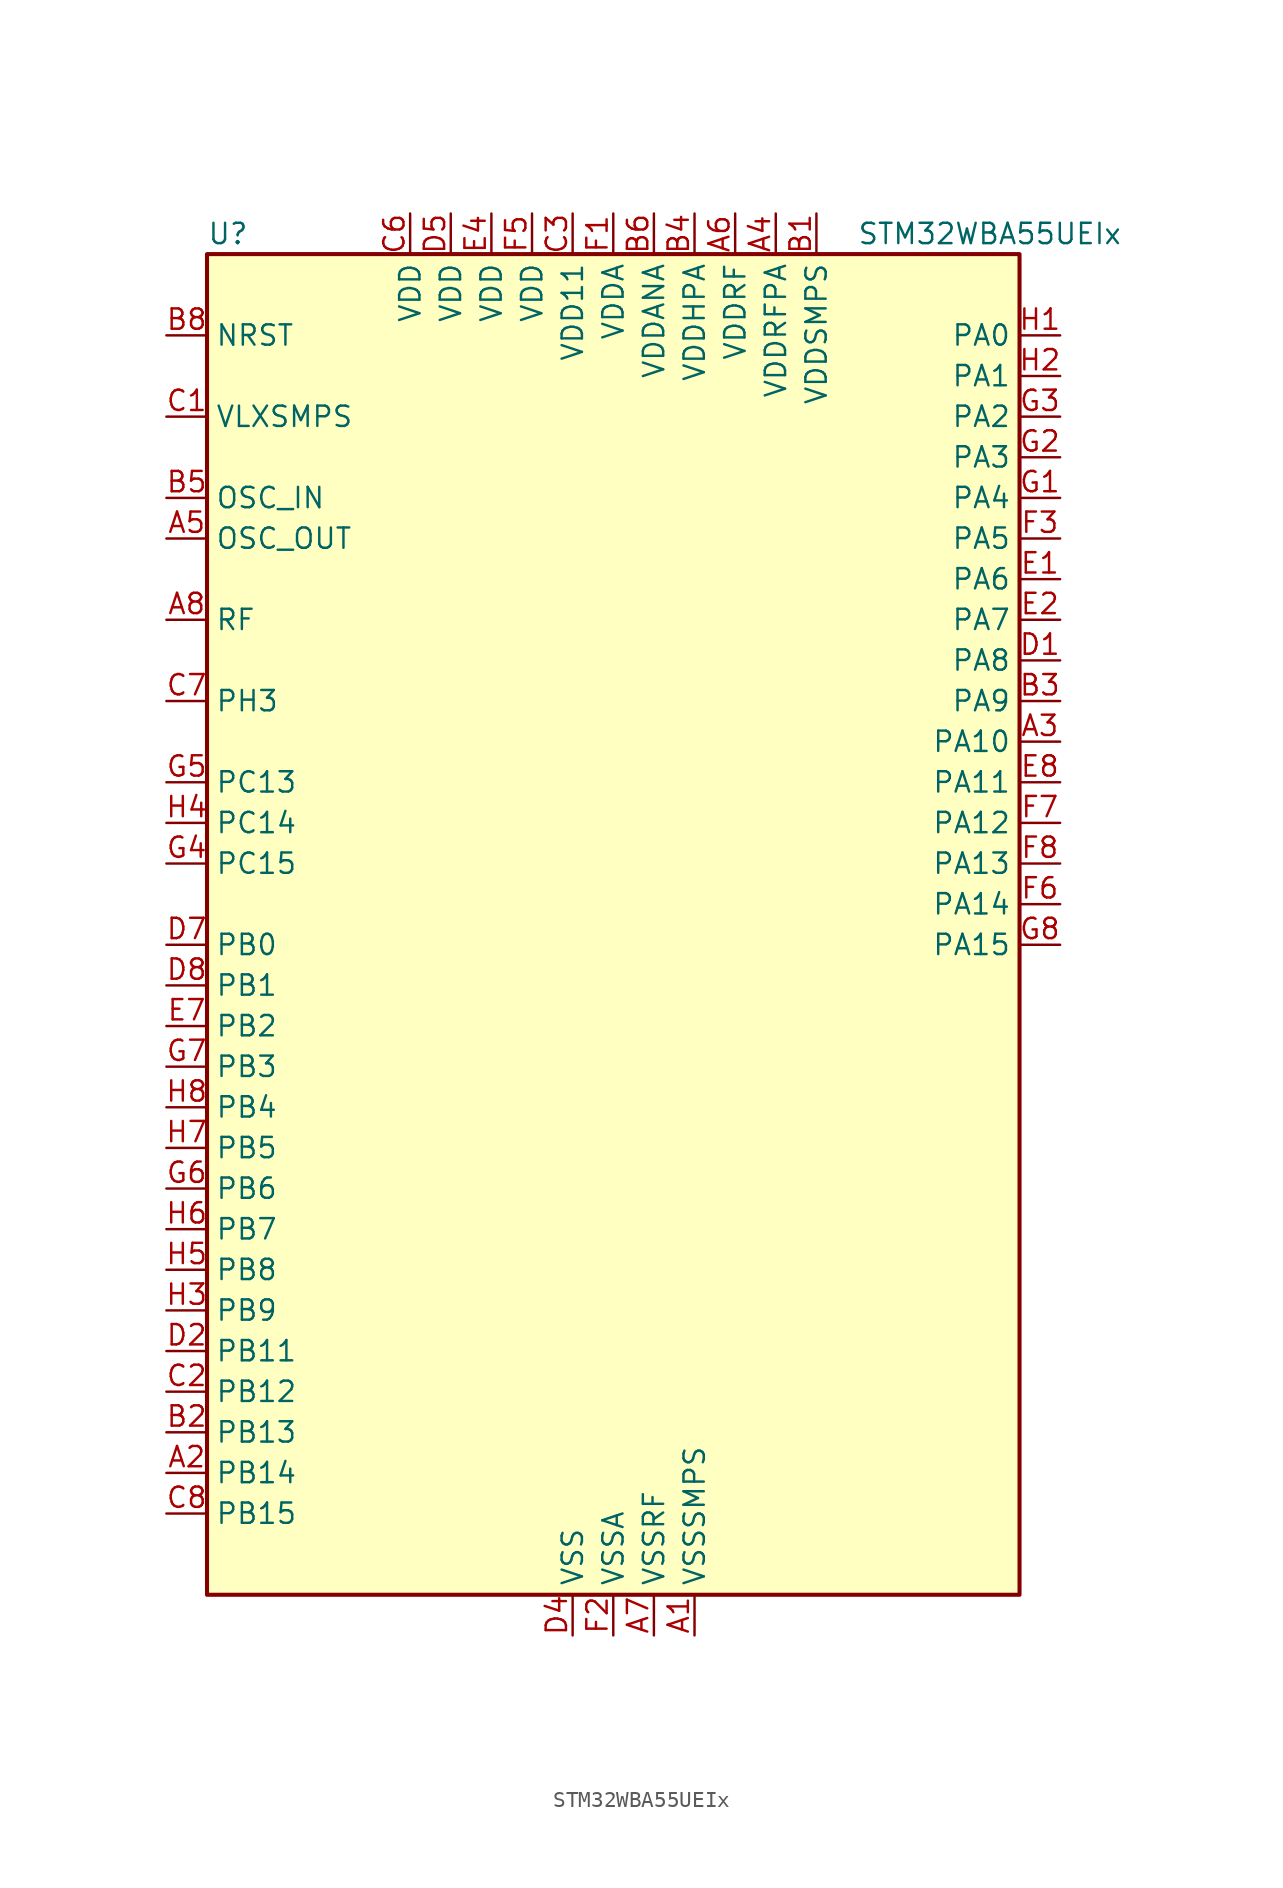
<source format=kicad_sym>
(kicad_symbol_lib
  (version 20231120)
  (generator "kicad-library-utils")
  (generator_version "8.0")
  (symbol "STM32WBA55UEIx"
    (property "Reference" "U"
      (at -25.4 44.45 0)
      (effects (font (size 1.27 1.27)) (justify left)))
    (property "Value" "STM32WBA55UEIx"
      (at 15.24 44.45 0)
      (effects (font (size 1.27 1.27)) (justify left)))
    (symbol "STM32WBA55UEIx_0_1"
      (rectangle (start -25.4 -40.64) (end 25.4 43.18) (stroke (width 0.254) (type default)) (fill (type background))))
    (symbol "STM32WBA55UEIx_1_1"
      (pin power_in line (at 5.08 -43.18 90) (length 2.54) (name "VSSSMPS" (effects (font (size 1.27 1.27)))) (number "A1" (effects (font (size 1.27 1.27)))))
      (pin bidirectional line (at -27.94 -33.02 0) (length 2.54) (name "PB14" (effects (font (size 1.27 1.27)))) (number "A2" (effects (font (size 1.27 1.27)))) (alternate "PWR_WKUP7" bidirectional line) (alternate "RTC_REFIN" bidirectional line) (alternate "SAI1_SD_A" bidirectional line) (alternate "TIM3_CH3" bidirectional line) (alternate "TSC_G6_IO1" bidirectional line) (alternate "USART1_TX" bidirectional line))
      (pin bidirectional line (at 27.94 12.7 180) (length 2.54) (name "PA10" (effects (font (size 1.27 1.27)))) (number "A3" (effects (font (size 1.27 1.27)))) (alternate "LPUART1_RX" bidirectional line) (alternate "SAI1_D1" bidirectional line) (alternate "TIM3_CH1" bidirectional line))
      (pin power_in line (at 10.16 45.72 270) (length 2.54) (name "VDDRFPA" (effects (font (size 1.27 1.27)))) (number "A4" (effects (font (size 1.27 1.27)))))
      (pin input line (at -27.94 25.4 0) (length 2.54) (name "OSC_OUT" (effects (font (size 1.27 1.27)))) (number "A5" (effects (font (size 1.27 1.27)))) (alternate "RCC_OSC_OUT" bidirectional line))
      (pin power_in line (at 7.62 45.72 270) (length 2.54) (name "VDDRF" (effects (font (size 1.27 1.27)))) (number "A6" (effects (font (size 1.27 1.27)))))
      (pin power_in line (at 2.54 -43.18 90) (length 2.54) (name "VSSRF" (effects (font (size 1.27 1.27)))) (number "A7" (effects (font (size 1.27 1.27)))))
      (pin bidirectional line (at -27.94 20.32 0) (length 2.54) (name "RF" (effects (font (size 1.27 1.27)))) (number "A8" (effects (font (size 1.27 1.27)))))
      (pin power_in line (at 12.7 45.72 270) (length 2.54) (name "VDDSMPS" (effects (font (size 1.27 1.27)))) (number "B1" (effects (font (size 1.27 1.27)))))
      (pin bidirectional line (at -27.94 -30.48 0) (length 2.54) (name "PB13" (effects (font (size 1.27 1.27)))) (number "B2" (effects (font (size 1.27 1.27)))) (alternate "TIM3_CH4" bidirectional line) (alternate "TSC_G6_IO2" bidirectional line))
      (pin bidirectional line (at 27.94 15.24 180) (length 2.54) (name "PA9" (effects (font (size 1.27 1.27)))) (number "B3" (effects (font (size 1.27 1.27)))) (alternate "LPUART1_DE" bidirectional line) (alternate "LPUART1_RTS" bidirectional line) (alternate "SAI1_CK1" bidirectional line) (alternate "TIM3_CH2" bidirectional line))
      (pin power_in line (at 5.08 45.72 270) (length 2.54) (name "VDDHPA" (effects (font (size 1.27 1.27)))) (number "B4" (effects (font (size 1.27 1.27)))))
      (pin input line (at -27.94 27.94 0) (length 2.54) (name "OSC_IN" (effects (font (size 1.27 1.27)))) (number "B5" (effects (font (size 1.27 1.27)))) (alternate "RCC_OSC_IN" bidirectional line))
      (pin power_in line (at 2.54 45.72 270) (length 2.54) (name "VDDANA" (effects (font (size 1.27 1.27)))) (number "B6" (effects (font (size 1.27 1.27)))))
      (pin passive line (at 2.54 -43.18 90) (length 2.54) hide (name "VSSRF" (effects (font (size 1.27 1.27)))) (number "B7" (effects (font (size 1.27 1.27)))))
      (pin input line (at -27.94 38.1 0) (length 2.54) (name "NRST" (effects (font (size 1.27 1.27)))) (number "B8" (effects (font (size 1.27 1.27)))))
      (pin power_in line (at -27.94 33.02 0) (length 2.54) (name "VLXSMPS" (effects (font (size 1.27 1.27)))) (number "C1" (effects (font (size 1.27 1.27)))))
      (pin bidirectional line (at -27.94 -27.94 0) (length 2.54) (name "PB12" (effects (font (size 1.27 1.27)))) (number "C2" (effects (font (size 1.27 1.27)))) (alternate "SAI1_SD_A" bidirectional line) (alternate "SPI1_RDY" bidirectional line) (alternate "TIM2_CH1" bidirectional line) (alternate "TIM2_ETR" bidirectional line) (alternate "TIM3_ETR" bidirectional line) (alternate "TSC_SYNC" bidirectional line) (alternate "USART1_TX" bidirectional line))
      (pin power_in line (at -2.54 45.72 270) (length 2.54) (name "VDD11" (effects (font (size 1.27 1.27)))) (number "C3" (effects (font (size 1.27 1.27)))))
      (pin power_in line (at -12.7 45.72 270) (length 2.54) (name "VDD" (effects (font (size 1.27 1.27)))) (number "C6" (effects (font (size 1.27 1.27)))))
      (pin bidirectional line (at -27.94 15.24 0) (length 2.54) (name "PH3" (effects (font (size 1.27 1.27)))) (number "C7" (effects (font (size 1.27 1.27)))) (alternate "PTA_GRANT" bidirectional line) (alternate "RF_EXTPABYP" bidirectional line) (alternate "TAMP_IN2" bidirectional line) (alternate "TAMP_OUT1" bidirectional line))
      (pin bidirectional line (at -27.94 -35.56 0) (length 2.54) (name "PB15" (effects (font (size 1.27 1.27)))) (number "C8" (effects (font (size 1.27 1.27)))) (alternate "ADC4_EXTI15" bidirectional line) (alternate "I2C1_SMBA" bidirectional line) (alternate "I2C3_SMBA" bidirectional line) (alternate "LPUART1_CTS" bidirectional line) (alternate "PTA_GRANT" bidirectional line) (alternate "RF_EXTPABYP" bidirectional line) (alternate "TIM16_BKIN" bidirectional line) (alternate "TIM1_BKIN2" bidirectional line) (alternate "USART2_CTS" bidirectional line))
      (pin bidirectional line (at 27.94 17.78 180) (length 2.54) (name "PA8" (effects (font (size 1.27 1.27)))) (number "D1" (effects (font (size 1.27 1.27)))) (alternate "ADC4_IN1" bidirectional line) (alternate "LPTIM1_CH2" bidirectional line) (alternate "RCC_MCO" bidirectional line) (alternate "SAI1_FS_A" bidirectional line) (alternate "SPI3_RDY" bidirectional line) (alternate "TIM2_CH2" bidirectional line) (alternate "TSC_G1_IO1" bidirectional line) (alternate "USART1_RX" bidirectional line))
      (pin bidirectional line (at -27.94 -25.4 0) (length 2.54) (name "PB11" (effects (font (size 1.27 1.27)))) (number "D2" (effects (font (size 1.27 1.27)))) (alternate "LPTIM1_CH1" bidirectional line) (alternate "LPTIM1_ETR" bidirectional line) (alternate "LPUART1_TX" bidirectional line))
      (pin power_in line (at -2.54 -43.18 90) (length 2.54) (name "VSS" (effects (font (size 1.27 1.27)))) (number "D4" (effects (font (size 1.27 1.27)))))
      (pin power_in line (at -10.16 45.72 270) (length 2.54) (name "VDD" (effects (font (size 1.27 1.27)))) (number "D5" (effects (font (size 1.27 1.27)))))
      (pin passive line (at -2.54 -43.18 90) (length 2.54) hide (name "VSS" (effects (font (size 1.27 1.27)))) (number "D6" (effects (font (size 1.27 1.27)))))
      (pin bidirectional line (at -27.94 0 0) (length 2.54) (name "PB0" (effects (font (size 1.27 1.27)))) (number "D7" (effects (font (size 1.27 1.27)))) (alternate "LPTIM2_IN2" bidirectional line) (alternate "TIM1_CH3N" bidirectional line) (alternate "USART2_TX" bidirectional line))
      (pin bidirectional line (at -27.94 -2.54 0) (length 2.54) (name "PB1" (effects (font (size 1.27 1.27)))) (number "D8" (effects (font (size 1.27 1.27)))) (alternate "I2C1_SDA" bidirectional line) (alternate "I2C3_SDA" bidirectional line) (alternate "PWR_WKUP4" bidirectional line) (alternate "TIM1_CH2N" bidirectional line) (alternate "USART2_DE" bidirectional line) (alternate "USART2_RTS" bidirectional line))
      (pin bidirectional line (at 27.94 22.86 180) (length 2.54) (name "PA6" (effects (font (size 1.27 1.27)))) (number "E1" (effects (font (size 1.27 1.27)))) (alternate "ADC4_IN3" bidirectional line) (alternate "I2C3_SCL" bidirectional line) (alternate "PWR_CSTOP" bidirectional line) (alternate "PWR_WKUP7" bidirectional line) (alternate "SAI1_CK2" bidirectional line) (alternate "SAI1_MCLK_A" bidirectional line) (alternate "SPI3_RDY" bidirectional line) (alternate "TIM2_CH4" bidirectional line) (alternate "TSC_G1_IO3" bidirectional line) (alternate "USART1_DE" bidirectional line) (alternate "USART1_RTS" bidirectional line))
      (pin bidirectional line (at 27.94 20.32 180) (length 2.54) (name "PA7" (effects (font (size 1.27 1.27)))) (number "E2" (effects (font (size 1.27 1.27)))) (alternate "ADC4_IN2" bidirectional line) (alternate "COMP1_OUT" bidirectional line) (alternate "I2C3_SDA" bidirectional line) (alternate "PWR_WKUP8" bidirectional line) (alternate "SAI1_SCK_A" bidirectional line) (alternate "TAMP_IN1" bidirectional line) (alternate "TAMP_OUT2" bidirectional line) (alternate "TIM2_CH3" bidirectional line) (alternate "TSC_G1_IO2" bidirectional line) (alternate "USART1_CTS" bidirectional line))
      (pin passive line (at -2.54 -43.18 90) (length 2.54) hide (name "VSS" (effects (font (size 1.27 1.27)))) (number "E3" (effects (font (size 1.27 1.27)))))
      (pin power_in line (at -7.62 45.72 270) (length 2.54) (name "VDD" (effects (font (size 1.27 1.27)))) (number "E4" (effects (font (size 1.27 1.27)))))
      (pin passive line (at -2.54 -43.18 90) (length 2.54) hide (name "VSS" (effects (font (size 1.27 1.27)))) (number "E5" (effects (font (size 1.27 1.27)))))
      (pin bidirectional line (at -27.94 -5.08 0) (length 2.54) (name "PB2" (effects (font (size 1.27 1.27)))) (number "E7" (effects (font (size 1.27 1.27)))) (alternate "I2C1_SCL" bidirectional line) (alternate "I2C3_SCL" bidirectional line) (alternate "PWR_WKUP1" bidirectional line) (alternate "RF_ANTSW2" bidirectional line) (alternate "RTC_OUT2" bidirectional line) (alternate "TIM1_CH1N" bidirectional line) (alternate "USART2_CTS" bidirectional line))
      (pin bidirectional line (at 27.94 10.16 180) (length 2.54) (name "PA11" (effects (font (size 1.27 1.27)))) (number "E8" (effects (font (size 1.27 1.27)))) (alternate "LPTIM2_CH1" bidirectional line) (alternate "RF_ANTSW1" bidirectional line) (alternate "TIM1_CH1" bidirectional line) (alternate "USART2_RX" bidirectional line))
      (pin power_in line (at 0 45.72 270) (length 2.54) (name "VDDA" (effects (font (size 1.27 1.27)))) (number "F1" (effects (font (size 1.27 1.27)))))
      (pin power_in line (at 0 -43.18 90) (length 2.54) (name "VSSA" (effects (font (size 1.27 1.27)))) (number "F2" (effects (font (size 1.27 1.27)))))
      (pin bidirectional line (at 27.94 25.4 180) (length 2.54) (name "PA5" (effects (font (size 1.27 1.27)))) (number "F3" (effects (font (size 1.27 1.27)))) (alternate "ADC4_IN4" bidirectional line) (alternate "AUDIOCLK" bidirectional line) (alternate "LPTIM2_ETR" bidirectional line) (alternate "PWR_CSLEEP" bidirectional line) (alternate "PWR_WKUP6" bidirectional line) (alternate "SAI1_D2" bidirectional line) (alternate "SPI3_NSS" bidirectional line) (alternate "TIM2_CH1" bidirectional line) (alternate "TIM2_ETR" bidirectional line) (alternate "TSC_G1_IO4" bidirectional line) (alternate "USART1_CK" bidirectional line))
      (pin power_in line (at -5.08 45.72 270) (length 2.54) (name "VDD" (effects (font (size 1.27 1.27)))) (number "F5" (effects (font (size 1.27 1.27)))))
      (pin bidirectional line (at 27.94 2.54 180) (length 2.54) (name "PA14" (effects (font (size 1.27 1.27)))) (number "F6" (effects (font (size 1.27 1.27)))) (alternate "COMP2_OUT" bidirectional line) (alternate "DEBUG_JTCK-SWCLK" bidirectional line) (alternate "PTA_STATUS" bidirectional line) (alternate "TAMP_IN3" bidirectional line) (alternate "TAMP_OUT6" bidirectional line) (alternate "USART2_TX" bidirectional line))
      (pin bidirectional line (at 27.94 7.62 180) (length 2.54) (name "PA12" (effects (font (size 1.27 1.27)))) (number "F7" (effects (font (size 1.27 1.27)))) (alternate "COMP2_OUT" bidirectional line) (alternate "PTA_STATUS" bidirectional line) (alternate "PWR_WKUP6" bidirectional line) (alternate "RF_ANTSW0" bidirectional line) (alternate "SPI1_NSS" bidirectional line) (alternate "TIM1_CH2" bidirectional line) (alternate "TSC_G3_IO4" bidirectional line) (alternate "USART2_TX" bidirectional line))
      (pin bidirectional line (at 27.94 5.08 180) (length 2.54) (name "PA13" (effects (font (size 1.27 1.27)))) (number "F8" (effects (font (size 1.27 1.27)))) (alternate "DEBUG_JTMS-SWDIO" bidirectional line) (alternate "IR_OUT" bidirectional line) (alternate "PTA_PRIORITY" bidirectional line))
      (pin bidirectional line (at 27.94 27.94 180) (length 2.54) (name "PA4" (effects (font (size 1.27 1.27)))) (number "G1" (effects (font (size 1.27 1.27)))) (alternate "ADC4_IN5" bidirectional line) (alternate "AUDIOCLK" bidirectional line) (alternate "PWR_WKUP2" bidirectional line) (alternate "TAMP_IN6" bidirectional line) (alternate "TAMP_OUT3" bidirectional line) (alternate "TIM16_CH1" bidirectional line) (alternate "TSC_G4_IO1" bidirectional line) (alternate "USART1_CTS" bidirectional line))
      (pin bidirectional line (at 27.94 30.48 180) (length 2.54) (name "PA3" (effects (font (size 1.27 1.27)))) (number "G2" (effects (font (size 1.27 1.27)))) (alternate "ADC4_IN6" bidirectional line) (alternate "PWR_WKUP5" bidirectional line) (alternate "TIM16_CH1N" bidirectional line) (alternate "TSC_G4_IO2" bidirectional line) (alternate "USART1_DE" bidirectional line) (alternate "USART1_RTS" bidirectional line))
      (pin bidirectional line (at 27.94 33.02 180) (length 2.54) (name "PA2" (effects (font (size 1.27 1.27)))) (number "G3" (effects (font (size 1.27 1.27)))) (alternate "ADC4_IN7" bidirectional line) (alternate "COMP1_INP" bidirectional line) (alternate "LPUART1_TX" bidirectional line) (alternate "PWR_WKUP4" bidirectional line) (alternate "RCC_LSCO" bidirectional line) (alternate "SAI1_D1" bidirectional line) (alternate "TIM16_CH1" bidirectional line) (alternate "TIM1_BKIN" bidirectional line) (alternate "TIM3_CH1" bidirectional line) (alternate "TSC_G4_IO4" bidirectional line) (alternate "USART1_DE" bidirectional line) (alternate "USART1_RTS" bidirectional line))
      (pin bidirectional line (at -27.94 5.08 0) (length 2.54) (name "PC15" (effects (font (size 1.27 1.27)))) (number "G4" (effects (font (size 1.27 1.27)))) (alternate "ADC4_EXTI15" bidirectional line) (alternate "RCC_OSC32_OUT" bidirectional line))
      (pin bidirectional line (at -27.94 10.16 0) (length 2.54) (name "PC13" (effects (font (size 1.27 1.27)))) (number "G5" (effects (font (size 1.27 1.27)))) (alternate "PWR_WKUP2" bidirectional line) (alternate "RTC_OUT1" bidirectional line) (alternate "RTC_TS" bidirectional line) (alternate "TAMP_IN4" bidirectional line) (alternate "TAMP_OUT5" bidirectional line) (alternate "TIM1_BKIN2" bidirectional line) (alternate "TSC_G5_IO1" bidirectional line))
      (pin bidirectional line (at -27.94 -15.24 0) (length 2.54) (name "PB6" (effects (font (size 1.27 1.27)))) (number "G6" (effects (font (size 1.27 1.27)))) (alternate "PWR_WKUP3" bidirectional line) (alternate "SAI1_SCK_B" bidirectional line) (alternate "TIM2_CH1" bidirectional line) (alternate "TIM2_ETR" bidirectional line) (alternate "TSC_G5_IO3" bidirectional line))
      (pin bidirectional line (at -27.94 -7.62 0) (length 2.54) (name "PB3" (effects (font (size 1.27 1.27)))) (number "G7" (effects (font (size 1.27 1.27)))) (alternate "DEBUG_JTDO-SWO" bidirectional line) (alternate "I2C1_SDA" bidirectional line) (alternate "LPTIM1_IN2" bidirectional line) (alternate "PTA_ACTIVE" bidirectional line) (alternate "SPI1_MISO" bidirectional line) (alternate "TIM17_CH1N" bidirectional line) (alternate "TIM1_CH4" bidirectional line) (alternate "TSC_G3_IO2" bidirectional line) (alternate "USART2_CK" bidirectional line))
      (pin bidirectional line (at 27.94 0 180) (length 2.54) (name "PA15" (effects (font (size 1.27 1.27)))) (number "G8" (effects (font (size 1.27 1.27)))) (alternate "ADC4_EXTI15" bidirectional line) (alternate "DEBUG_JTDI" bidirectional line) (alternate "I2C1_SCL" bidirectional line) (alternate "LPTIM1_CH2" bidirectional line) (alternate "PTA_STATUS" bidirectional line) (alternate "SPI1_MOSI" bidirectional line) (alternate "TIM17_BKIN" bidirectional line) (alternate "TIM1_ETR" bidirectional line) (alternate "TSC_G3_IO3" bidirectional line) (alternate "USART2_DE" bidirectional line) (alternate "USART2_RTS" bidirectional line))
      (pin bidirectional line (at 27.94 38.1 180) (length 2.54) (name "PA0" (effects (font (size 1.27 1.27)))) (number "H1" (effects (font (size 1.27 1.27)))) (alternate "ADC4_IN9" bidirectional line) (alternate "COMP2_INP" bidirectional line) (alternate "LPTIM1_IN1" bidirectional line) (alternate "LPUART1_CTS" bidirectional line) (alternate "PWR_WKUP1" bidirectional line) (alternate "SPI3_SCK" bidirectional line) (alternate "TIM1_CH2N" bidirectional line) (alternate "TIM3_CH3" bidirectional line) (alternate "TIM3_ETR" bidirectional line) (alternate "TSC_G2_IO2" bidirectional line))
      (pin bidirectional line (at 27.94 35.56 180) (length 2.54) (name "PA1" (effects (font (size 1.27 1.27)))) (number "H2" (effects (font (size 1.27 1.27)))) (alternate "ADC4_IN8" bidirectional line) (alternate "COMP1_INM" bidirectional line) (alternate "LPTIM2_CH2" bidirectional line) (alternate "LPUART1_RX" bidirectional line) (alternate "PWR_WKUP3" bidirectional line) (alternate "SAI1_CK1" bidirectional line) (alternate "SPI1_RDY" bidirectional line) (alternate "TIM17_CH1" bidirectional line) (alternate "TIM1_CH1N" bidirectional line) (alternate "TIM3_CH2" bidirectional line) (alternate "TSC_G2_IO1" bidirectional line) (alternate "USART1_CK" bidirectional line))
      (pin bidirectional line (at -27.94 -22.86 0) (length 2.54) (name "PB9" (effects (font (size 1.27 1.27)))) (number "H3" (effects (font (size 1.27 1.27)))) (alternate "ADC4_IN10" bidirectional line) (alternate "COMP2_INM" bidirectional line) (alternate "IR_OUT" bidirectional line) (alternate "LPTIM2_IN1" bidirectional line) (alternate "LPUART1_DE" bidirectional line) (alternate "LPUART1_RTS" bidirectional line) (alternate "PWR_WKUP8" bidirectional line) (alternate "SPI3_MISO" bidirectional line) (alternate "TIM16_CH1" bidirectional line) (alternate "TIM1_CH3N" bidirectional line) (alternate "TIM3_CH4" bidirectional line) (alternate "TSC_G2_IO3" bidirectional line))
      (pin bidirectional line (at -27.94 7.62 0) (length 2.54) (name "PC14" (effects (font (size 1.27 1.27)))) (number "H4" (effects (font (size 1.27 1.27)))) (alternate "RCC_OSC32_IN" bidirectional line))
      (pin bidirectional line (at -27.94 -20.32 0) (length 2.54) (name "PB8" (effects (font (size 1.27 1.27)))) (number "H5" (effects (font (size 1.27 1.27)))) (alternate "COMP1_OUT" bidirectional line) (alternate "LPTIM1_ETR" bidirectional line) (alternate "PWR_PVD_IN" bidirectional line) (alternate "SPI3_MOSI" bidirectional line) (alternate "TIM16_CH1N" bidirectional line) (alternate "TIM1_CH1" bidirectional line) (alternate "TIM3_ETR" bidirectional line) (alternate "TSC_G2_IO4" bidirectional line) (alternate "USART2_RX" bidirectional line))
      (pin bidirectional line (at -27.94 -17.78 0) (length 2.54) (name "PB7" (effects (font (size 1.27 1.27)))) (number "H6" (effects (font (size 1.27 1.27)))) (alternate "PWR_WKUP5" bidirectional line) (alternate "SAI1_SD_B" bidirectional line) (alternate "TAMP_IN5" bidirectional line) (alternate "TAMP_OUT4" bidirectional line) (alternate "TIM1_CH4N" bidirectional line) (alternate "TSC_G5_IO2" bidirectional line))
      (pin bidirectional line (at -27.94 -12.7 0) (length 2.54) (name "PB5" (effects (font (size 1.27 1.27)))) (number "H7" (effects (font (size 1.27 1.27)))) (alternate "LPUART1_TX" bidirectional line) (alternate "SAI1_D2" bidirectional line) (alternate "SAI1_FS_B" bidirectional line) (alternate "TIM3_CH1" bidirectional line) (alternate "TSC_G5_IO4" bidirectional line))
      (pin bidirectional line (at -27.94 -10.16 0) (length 2.54) (name "PB4" (effects (font (size 1.27 1.27)))) (number "H8" (effects (font (size 1.27 1.27)))) (alternate "DEBUG_JTRST" bidirectional line) (alternate "LPTIM2_IN2" bidirectional line) (alternate "PTA_ACTIVE" bidirectional line) (alternate "PTA_PRIORITY" bidirectional line) (alternate "SAI1_MCLK_B" bidirectional line) (alternate "SPI1_SCK" bidirectional line) (alternate "TIM17_CH1" bidirectional line) (alternate "TIM1_CH3" bidirectional line) (alternate "TSC_G3_IO1" bidirectional line) (alternate "USART2_RX" bidirectional line)))))
</source>
